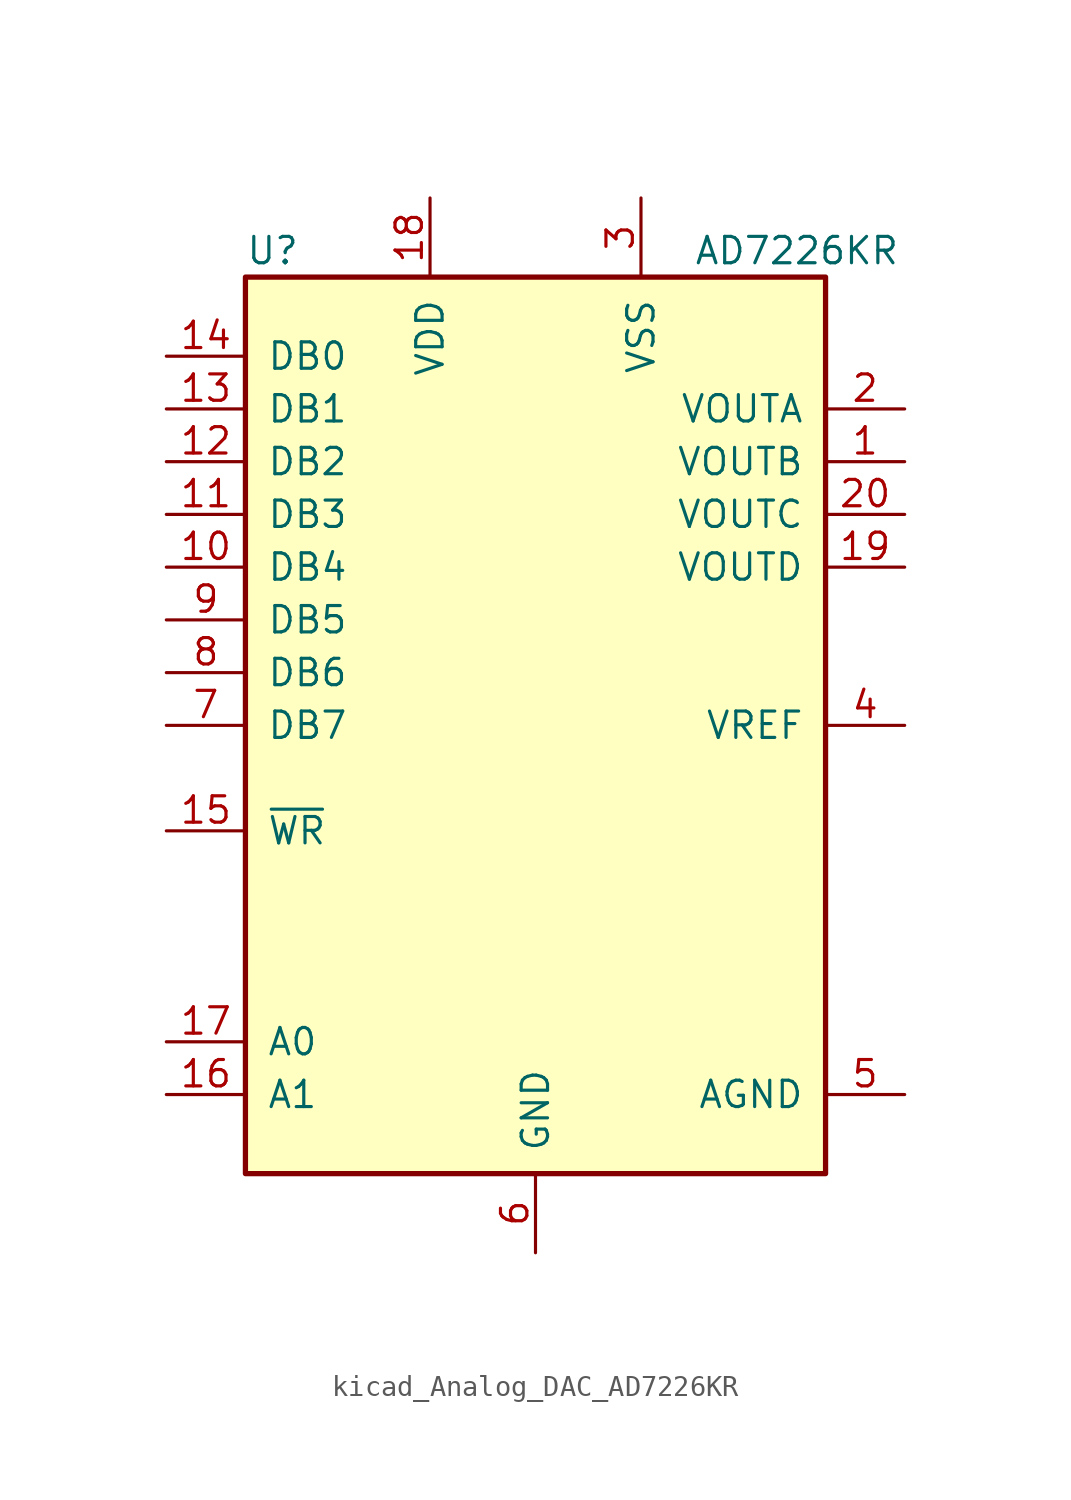
<source format=kicad_sym>
(kicad_symbol_lib
  (version 20220914)
  (generator kicad_symbol_editor)
  (symbol "kicad_Analog_DAC_AD7226KR"
    (pin_names
      (offset 1.016))
    (property "Reference" "U"
      (at -13.97 22.86 0)
      (effects (font (size 1.27 1.27)) (justify left)))
    (property "Value" "AD7226KR"
      (at 7.62 22.86 0)
      (effects (font (size 1.27 1.27)) (justify left)))
    (symbol "kicad_Analog_DAC_AD7226KR_0_1"
      (rectangle (start -13.97 -21.59) (end 13.97 21.59) (stroke (width 0.254) (type default)) (fill (type background))))
    (symbol "kicad_Analog_DAC_AD7226KR_1_1"
      (pin output line (at 17.78 12.7 180) (length 3.81) (name "VOUTB" (effects (font (size 1.27 1.27)))) (number "1" (effects (font (size 1.27 1.27)))))
      (pin input line (at -17.78 7.62 0) (length 3.81) (name "DB4" (effects (font (size 1.27 1.27)))) (number "10" (effects (font (size 1.27 1.27)))))
      (pin input line (at -17.78 10.16 0) (length 3.81) (name "DB3" (effects (font (size 1.27 1.27)))) (number "11" (effects (font (size 1.27 1.27)))))
      (pin input line (at -17.78 12.7 0) (length 3.81) (name "DB2" (effects (font (size 1.27 1.27)))) (number "12" (effects (font (size 1.27 1.27)))))
      (pin input line (at -17.78 15.24 0) (length 3.81) (name "DB1" (effects (font (size 1.27 1.27)))) (number "13" (effects (font (size 1.27 1.27)))))
      (pin input line (at -17.78 17.78 0) (length 3.81) (name "DB0" (effects (font (size 1.27 1.27)))) (number "14" (effects (font (size 1.27 1.27)))))
      (pin input line (at -17.78 -5.08 0) (length 3.81) (name "~{WR}" (effects (font (size 1.27 1.27)))) (number "15" (effects (font (size 1.27 1.27)))))
      (pin input line (at -17.78 -17.78 0) (length 3.81) (name "A1" (effects (font (size 1.27 1.27)))) (number "16" (effects (font (size 1.27 1.27)))))
      (pin input line (at -17.78 -15.24 0) (length 3.81) (name "A0" (effects (font (size 1.27 1.27)))) (number "17" (effects (font (size 1.27 1.27)))))
      (pin power_in line (at -5.08 25.4 270) (length 3.81) (name "VDD" (effects (font (size 1.27 1.27)))) (number "18" (effects (font (size 1.27 1.27)))))
      (pin output line (at 17.78 7.62 180) (length 3.81) (name "VOUTD" (effects (font (size 1.27 1.27)))) (number "19" (effects (font (size 1.27 1.27)))))
      (pin output line (at 17.78 15.24 180) (length 3.81) (name "VOUTA" (effects (font (size 1.27 1.27)))) (number "2" (effects (font (size 1.27 1.27)))))
      (pin output line (at 17.78 10.16 180) (length 3.81) (name "VOUTC" (effects (font (size 1.27 1.27)))) (number "20" (effects (font (size 1.27 1.27)))))
      (pin power_in line (at 5.08 25.4 270) (length 3.81) (name "VSS" (effects (font (size 1.27 1.27)))) (number "3" (effects (font (size 1.27 1.27)))))
      (pin input line (at 17.78 0 180) (length 3.81) (name "VREF" (effects (font (size 1.27 1.27)))) (number "4" (effects (font (size 1.27 1.27)))))
      (pin input line (at 17.78 -17.78 180) (length 3.81) (name "AGND" (effects (font (size 1.27 1.27)))) (number "5" (effects (font (size 1.27 1.27)))))
      (pin power_in line (at 0 -25.4 90) (length 3.81) (name "GND" (effects (font (size 1.27 1.27)))) (number "6" (effects (font (size 1.27 1.27)))))
      (pin input line (at -17.78 0 0) (length 3.81) (name "DB7" (effects (font (size 1.27 1.27)))) (number "7" (effects (font (size 1.27 1.27)))))
      (pin input line (at -17.78 2.54 0) (length 3.81) (name "DB6" (effects (font (size 1.27 1.27)))) (number "8" (effects (font (size 1.27 1.27)))))
      (pin input line (at -17.78 5.08 0) (length 3.81) (name "DB5" (effects (font (size 1.27 1.27)))) (number "9" (effects (font (size 1.27 1.27))))))))
</source>
